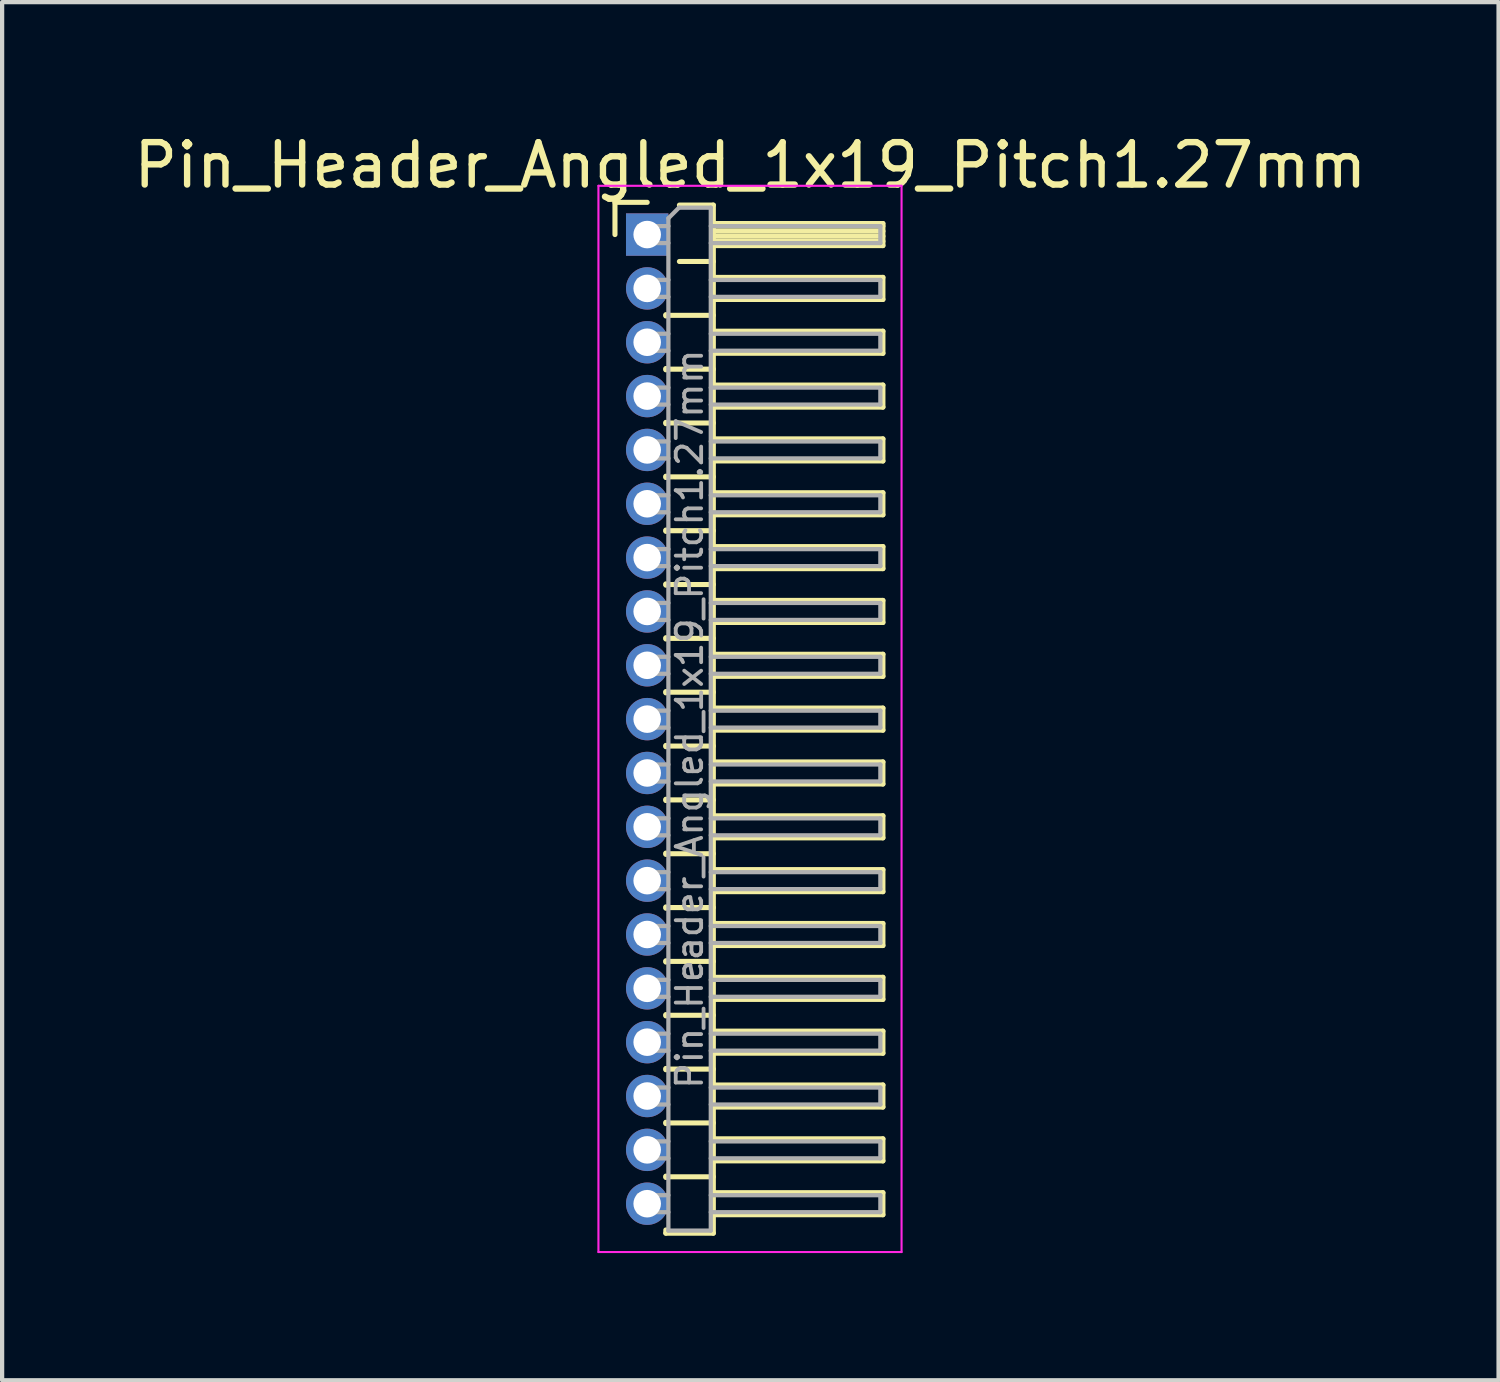
<source format=kicad_pcb>
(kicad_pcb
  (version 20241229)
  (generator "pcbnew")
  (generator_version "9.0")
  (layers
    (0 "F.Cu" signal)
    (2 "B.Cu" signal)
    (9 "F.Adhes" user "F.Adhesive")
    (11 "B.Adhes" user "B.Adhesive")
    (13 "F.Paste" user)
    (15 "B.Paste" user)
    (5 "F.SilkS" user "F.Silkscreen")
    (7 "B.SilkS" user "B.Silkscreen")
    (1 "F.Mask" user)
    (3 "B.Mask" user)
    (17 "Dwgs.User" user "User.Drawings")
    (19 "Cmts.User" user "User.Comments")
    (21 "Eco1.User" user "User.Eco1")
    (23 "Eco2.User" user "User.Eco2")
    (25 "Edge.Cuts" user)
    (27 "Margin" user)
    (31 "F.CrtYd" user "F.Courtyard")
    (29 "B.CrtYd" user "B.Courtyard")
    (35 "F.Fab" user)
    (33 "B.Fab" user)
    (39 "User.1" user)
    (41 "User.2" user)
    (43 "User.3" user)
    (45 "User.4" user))
  (footprint "Pin_Header_Angled_1x19_Pitch1.27mm"
    (layer "F.Cu")
    (at 12.216 2.483)
    (property "Reference" "Pin_Header_Angled_1x19_Pitch1.27mm" (at 2.433 -1.635 0) (layer "F.SilkS") (effects (font (size 1 1) (thickness 0.15))))
    (attr through_hole)
    (fp_line (start -0.76 -0.76) (end 0 -0.76) (stroke (width 0.12) (type solid)) (layer "F.SilkS"))
    (fp_line (start -0.76 0) (end -0.76 -0.76) (stroke (width 0.12) (type solid)) (layer "F.SilkS"))
    (fp_line (start 0.44 1.89) (end 0.44 1.92) (stroke (width 0.12) (type solid)) (layer "F.SilkS"))
    (fp_line (start 0.44 1.905) (end 1.56 1.905) (stroke (width 0.12) (type solid)) (layer "F.SilkS"))
    (fp_line (start 0.44 3.16) (end 0.44 3.19) (stroke (width 0.12) (type solid)) (layer "F.SilkS"))
    (fp_line (start 0.44 3.175) (end 1.56 3.175) (stroke (width 0.12) (type solid)) (layer "F.SilkS"))
    (fp_line (start 0.44 4.43) (end 0.44 4.46) (stroke (width 0.12) (type solid)) (layer "F.SilkS"))
    (fp_line (start 0.44 4.445) (end 1.56 4.445) (stroke (width 0.12) (type solid)) (layer "F.SilkS"))
    (fp_line (start 0.44 5.7) (end 0.44 5.73) (stroke (width 0.12) (type solid)) (layer "F.SilkS"))
    (fp_line (start 0.44 5.715) (end 1.56 5.715) (stroke (width 0.12) (type solid)) (layer "F.SilkS"))
    (fp_line (start 0.44 6.97) (end 0.44 7) (stroke (width 0.12) (type solid)) (layer "F.SilkS"))
    (fp_line (start 0.44 6.985) (end 1.56 6.985) (stroke (width 0.12) (type solid)) (layer "F.SilkS"))
    (fp_line (start 0.44 8.24) (end 0.44 8.27) (stroke (width 0.12) (type solid)) (layer "F.SilkS"))
    (fp_line (start 0.44 8.255) (end 1.56 8.255) (stroke (width 0.12) (type solid)) (layer "F.SilkS"))
    (fp_line (start 0.44 9.51) (end 0.44 9.54) (stroke (width 0.12) (type solid)) (layer "F.SilkS"))
    (fp_line (start 0.44 9.525) (end 1.56 9.525) (stroke (width 0.12) (type solid)) (layer "F.SilkS"))
    (fp_line (start 0.44 10.78) (end 0.44 10.81) (stroke (width 0.12) (type solid)) (layer "F.SilkS"))
    (fp_line (start 0.44 10.795) (end 1.56 10.795) (stroke (width 0.12) (type solid)) (layer "F.SilkS"))
    (fp_line (start 0.44 12.05) (end 0.44 12.08) (stroke (width 0.12) (type solid)) (layer "F.SilkS"))
    (fp_line (start 0.44 12.065) (end 1.56 12.065) (stroke (width 0.12) (type solid)) (layer "F.SilkS"))
    (fp_line (start 0.44 13.32) (end 0.44 13.35) (stroke (width 0.12) (type solid)) (layer "F.SilkS"))
    (fp_line (start 0.44 13.335) (end 1.56 13.335) (stroke (width 0.12) (type solid)) (layer "F.SilkS"))
    (fp_line (start 0.44 14.59) (end 0.44 14.62) (stroke (width 0.12) (type solid)) (layer "F.SilkS"))
    (fp_line (start 0.44 14.605) (end 1.56 14.605) (stroke (width 0.12) (type solid)) (layer "F.SilkS"))
    (fp_line (start 0.44 15.86) (end 0.44 15.89) (stroke (width 0.12) (type solid)) (layer "F.SilkS"))
    (fp_line (start 0.44 15.875) (end 1.56 15.875) (stroke (width 0.12) (type solid)) (layer "F.SilkS"))
    (fp_line (start 0.44 17.13) (end 0.44 17.16) (stroke (width 0.12) (type solid)) (layer "F.SilkS"))
    (fp_line (start 0.44 17.145) (end 1.56 17.145) (stroke (width 0.12) (type solid)) (layer "F.SilkS"))
    (fp_line (start 0.44 18.4) (end 0.44 18.43) (stroke (width 0.12) (type solid)) (layer "F.SilkS"))
    (fp_line (start 0.44 18.415) (end 1.56 18.415) (stroke (width 0.12) (type solid)) (layer "F.SilkS"))
    (fp_line (start 0.44 19.67) (end 0.44 19.7) (stroke (width 0.12) (type solid)) (layer "F.SilkS"))
    (fp_line (start 0.44 19.685) (end 1.56 19.685) (stroke (width 0.12) (type solid)) (layer "F.SilkS"))
    (fp_line (start 0.44 20.94) (end 0.44 20.97) (stroke (width 0.12) (type solid)) (layer "F.SilkS"))
    (fp_line (start 0.44 20.955) (end 1.56 20.955) (stroke (width 0.12) (type solid)) (layer "F.SilkS"))
    (fp_line (start 0.44 22.21) (end 0.44 22.24) (stroke (width 0.12) (type solid)) (layer "F.SilkS"))
    (fp_line (start 0.44 22.225) (end 1.56 22.225) (stroke (width 0.12) (type solid)) (layer "F.SilkS"))
    (fp_line (start 0.44 23.555) (end 0.44 23.48) (stroke (width 0.12) (type solid)) (layer "F.SilkS"))
    (fp_line (start 0.76 -0.695) (end 1.56 -0.695) (stroke (width 0.12) (type solid)) (layer "F.SilkS"))
    (fp_line (start 0.76 0.635) (end 1.56 0.635) (stroke (width 0.12) (type solid)) (layer "F.SilkS"))
    (fp_line (start 1.56 -0.695) (end 1.56 23.555) (stroke (width 0.12) (type solid)) (layer "F.SilkS"))
    (fp_line (start 1.56 -0.26) (end 5.56 -0.26) (stroke (width 0.12) (type solid)) (layer "F.SilkS"))
    (fp_line (start 1.56 -0.2) (end 5.56 -0.2) (stroke (width 0.12) (type solid)) (layer "F.SilkS"))
    (fp_line (start 1.56 -0.08) (end 5.56 -0.08) (stroke (width 0.12) (type solid)) (layer "F.SilkS"))
    (fp_line (start 1.56 0.04) (end 5.56 0.04) (stroke (width 0.12) (type solid)) (layer "F.SilkS"))
    (fp_line (start 1.56 0.16) (end 5.56 0.16) (stroke (width 0.12) (type solid)) (layer "F.SilkS"))
    (fp_line (start 1.56 1.01) (end 5.56 1.01) (stroke (width 0.12) (type solid)) (layer "F.SilkS"))
    (fp_line (start 1.56 2.28) (end 5.56 2.28) (stroke (width 0.12) (type solid)) (layer "F.SilkS"))
    (fp_line (start 1.56 3.55) (end 5.56 3.55) (stroke (width 0.12) (type solid)) (layer "F.SilkS"))
    (fp_line (start 1.56 4.82) (end 5.56 4.82) (stroke (width 0.12) (type solid)) (layer "F.SilkS"))
    (fp_line (start 1.56 6.09) (end 5.56 6.09) (stroke (width 0.12) (type solid)) (layer "F.SilkS"))
    (fp_line (start 1.56 7.36) (end 5.56 7.36) (stroke (width 0.12) (type solid)) (layer "F.SilkS"))
    (fp_line (start 1.56 8.63) (end 5.56 8.63) (stroke (width 0.12) (type solid)) (layer "F.SilkS"))
    (fp_line (start 1.56 9.9) (end 5.56 9.9) (stroke (width 0.12) (type solid)) (layer "F.SilkS"))
    (fp_line (start 1.56 11.17) (end 5.56 11.17) (stroke (width 0.12) (type solid)) (layer "F.SilkS"))
    (fp_line (start 1.56 12.44) (end 5.56 12.44) (stroke (width 0.12) (type solid)) (layer "F.SilkS"))
    (fp_line (start 1.56 13.71) (end 5.56 13.71) (stroke (width 0.12) (type solid)) (layer "F.SilkS"))
    (fp_line (start 1.56 14.98) (end 5.56 14.98) (stroke (width 0.12) (type solid)) (layer "F.SilkS"))
    (fp_line (start 1.56 16.25) (end 5.56 16.25) (stroke (width 0.12) (type solid)) (layer "F.SilkS"))
    (fp_line (start 1.56 17.52) (end 5.56 17.52) (stroke (width 0.12) (type solid)) (layer "F.SilkS"))
    (fp_line (start 1.56 18.79) (end 5.56 18.79) (stroke (width 0.12) (type solid)) (layer "F.SilkS"))
    (fp_line (start 1.56 20.06) (end 5.56 20.06) (stroke (width 0.12) (type solid)) (layer "F.SilkS"))
    (fp_line (start 1.56 21.33) (end 5.56 21.33) (stroke (width 0.12) (type solid)) (layer "F.SilkS"))
    (fp_line (start 1.56 22.6) (end 5.56 22.6) (stroke (width 0.12) (type solid)) (layer "F.SilkS"))
    (fp_line (start 1.56 23.555) (end 0.44 23.555) (stroke (width 0.12) (type solid)) (layer "F.SilkS"))
    (fp_line (start 5.56 -0.26) (end 5.56 0.26) (stroke (width 0.12) (type solid)) (layer "F.SilkS"))
    (fp_line (start 5.56 0.26) (end 1.56 0.26) (stroke (width 0.12) (type solid)) (layer "F.SilkS"))
    (fp_line (start 5.56 1.01) (end 5.56 1.53) (stroke (width 0.12) (type solid)) (layer "F.SilkS"))
    (fp_line (start 5.56 1.53) (end 1.56 1.53) (stroke (width 0.12) (type solid)) (layer "F.SilkS"))
    (fp_line (start 5.56 2.28) (end 5.56 2.8) (stroke (width 0.12) (type solid)) (layer "F.SilkS"))
    (fp_line (start 5.56 2.8) (end 1.56 2.8) (stroke (width 0.12) (type solid)) (layer "F.SilkS"))
    (fp_line (start 5.56 3.55) (end 5.56 4.07) (stroke (width 0.12) (type solid)) (layer "F.SilkS"))
    (fp_line (start 5.56 4.07) (end 1.56 4.07) (stroke (width 0.12) (type solid)) (layer "F.SilkS"))
    (fp_line (start 5.56 4.82) (end 5.56 5.34) (stroke (width 0.12) (type solid)) (layer "F.SilkS"))
    (fp_line (start 5.56 5.34) (end 1.56 5.34) (stroke (width 0.12) (type solid)) (layer "F.SilkS"))
    (fp_line (start 5.56 6.09) (end 5.56 6.61) (stroke (width 0.12) (type solid)) (layer "F.SilkS"))
    (fp_line (start 5.56 6.61) (end 1.56 6.61) (stroke (width 0.12) (type solid)) (layer "F.SilkS"))
    (fp_line (start 5.56 7.36) (end 5.56 7.88) (stroke (width 0.12) (type solid)) (layer "F.SilkS"))
    (fp_line (start 5.56 7.88) (end 1.56 7.88) (stroke (width 0.12) (type solid)) (layer "F.SilkS"))
    (fp_line (start 5.56 8.63) (end 5.56 9.15) (stroke (width 0.12) (type solid)) (layer "F.SilkS"))
    (fp_line (start 5.56 9.15) (end 1.56 9.15) (stroke (width 0.12) (type solid)) (layer "F.SilkS"))
    (fp_line (start 5.56 9.9) (end 5.56 10.42) (stroke (width 0.12) (type solid)) (layer "F.SilkS"))
    (fp_line (start 5.56 10.42) (end 1.56 10.42) (stroke (width 0.12) (type solid)) (layer "F.SilkS"))
    (fp_line (start 5.56 11.17) (end 5.56 11.69) (stroke (width 0.12) (type solid)) (layer "F.SilkS"))
    (fp_line (start 5.56 11.69) (end 1.56 11.69) (stroke (width 0.12) (type solid)) (layer "F.SilkS"))
    (fp_line (start 5.56 12.44) (end 5.56 12.96) (stroke (width 0.12) (type solid)) (layer "F.SilkS"))
    (fp_line (start 5.56 12.96) (end 1.56 12.96) (stroke (width 0.12) (type solid)) (layer "F.SilkS"))
    (fp_line (start 5.56 13.71) (end 5.56 14.23) (stroke (width 0.12) (type solid)) (layer "F.SilkS"))
    (fp_line (start 5.56 14.23) (end 1.56 14.23) (stroke (width 0.12) (type solid)) (layer "F.SilkS"))
    (fp_line (start 5.56 14.98) (end 5.56 15.5) (stroke (width 0.12) (type solid)) (layer "F.SilkS"))
    (fp_line (start 5.56 15.5) (end 1.56 15.5) (stroke (width 0.12) (type solid)) (layer "F.SilkS"))
    (fp_line (start 5.56 16.25) (end 5.56 16.77) (stroke (width 0.12) (type solid)) (layer "F.SilkS"))
    (fp_line (start 5.56 16.77) (end 1.56 16.77) (stroke (width 0.12) (type solid)) (layer "F.SilkS"))
    (fp_line (start 5.56 17.52) (end 5.56 18.04) (stroke (width 0.12) (type solid)) (layer "F.SilkS"))
    (fp_line (start 5.56 18.04) (end 1.56 18.04) (stroke (width 0.12) (type solid)) (layer "F.SilkS"))
    (fp_line (start 5.56 18.79) (end 5.56 19.31) (stroke (width 0.12) (type solid)) (layer "F.SilkS"))
    (fp_line (start 5.56 19.31) (end 1.56 19.31) (stroke (width 0.12) (type solid)) (layer "F.SilkS"))
    (fp_line (start 5.56 20.06) (end 5.56 20.58) (stroke (width 0.12) (type solid)) (layer "F.SilkS"))
    (fp_line (start 5.56 20.58) (end 1.56 20.58) (stroke (width 0.12) (type solid)) (layer "F.SilkS"))
    (fp_line (start 5.56 21.33) (end 5.56 21.85) (stroke (width 0.12) (type solid)) (layer "F.SilkS"))
    (fp_line (start 5.56 21.85) (end 1.56 21.85) (stroke (width 0.12) (type solid)) (layer "F.SilkS"))
    (fp_line (start 5.56 22.6) (end 5.56 23.12) (stroke (width 0.12) (type solid)) (layer "F.SilkS"))
    (fp_line (start 5.56 23.12) (end 1.56 23.12) (stroke (width 0.12) (type solid)) (layer "F.SilkS"))
    (fp_line (start -1.15 -1.15) (end -1.15 24) (stroke (width 0.05) (type solid)) (layer "F.CrtYd"))
    (fp_line (start -1.15 24) (end 6 24) (stroke (width 0.05) (type solid)) (layer "F.CrtYd"))
    (fp_line (start 6 -1.15) (end -1.15 -1.15) (stroke (width 0.05) (type solid)) (layer "F.CrtYd"))
    (fp_line (start 6 24) (end 6 -1.15) (stroke (width 0.05) (type solid)) (layer "F.CrtYd"))
    (fp_line (start -0.2 -0.2) (end -0.2 0.2) (stroke (width 0.1) (type solid)) (layer "F.Fab"))
    (fp_line (start -0.2 -0.2) (end 0.5 -0.2) (stroke (width 0.1) (type solid)) (layer "F.Fab"))
    (fp_line (start -0.2 0.2) (end 0.5 0.2) (stroke (width 0.1) (type solid)) (layer "F.Fab"))
    (fp_line (start -0.2 1.07) (end -0.2 1.47) (stroke (width 0.1) (type solid)) (layer "F.Fab"))
    (fp_line (start -0.2 1.07) (end 0.5 1.07) (stroke (width 0.1) (type solid)) (layer "F.Fab"))
    (fp_line (start -0.2 1.47) (end 0.5 1.47) (stroke (width 0.1) (type solid)) (layer "F.Fab"))
    (fp_line (start -0.2 2.34) (end -0.2 2.74) (stroke (width 0.1) (type solid)) (layer "F.Fab"))
    (fp_line (start -0.2 2.34) (end 0.5 2.34) (stroke (width 0.1) (type solid)) (layer "F.Fab"))
    (fp_line (start -0.2 2.74) (end 0.5 2.74) (stroke (width 0.1) (type solid)) (layer "F.Fab"))
    (fp_line (start -0.2 3.61) (end -0.2 4.01) (stroke (width 0.1) (type solid)) (layer "F.Fab"))
    (fp_line (start -0.2 3.61) (end 0.5 3.61) (stroke (width 0.1) (type solid)) (layer "F.Fab"))
    (fp_line (start -0.2 4.01) (end 0.5 4.01) (stroke (width 0.1) (type solid)) (layer "F.Fab"))
    (fp_line (start -0.2 4.88) (end -0.2 5.28) (stroke (width 0.1) (type solid)) (layer "F.Fab"))
    (fp_line (start -0.2 4.88) (end 0.5 4.88) (stroke (width 0.1) (type solid)) (layer "F.Fab"))
    (fp_line (start -0.2 5.28) (end 0.5 5.28) (stroke (width 0.1) (type solid)) (layer "F.Fab"))
    (fp_line (start -0.2 6.15) (end -0.2 6.55) (stroke (width 0.1) (type solid)) (layer "F.Fab"))
    (fp_line (start -0.2 6.15) (end 0.5 6.15) (stroke (width 0.1) (type solid)) (layer "F.Fab"))
    (fp_line (start -0.2 6.55) (end 0.5 6.55) (stroke (width 0.1) (type solid)) (layer "F.Fab"))
    (fp_line (start -0.2 7.42) (end -0.2 7.82) (stroke (width 0.1) (type solid)) (layer "F.Fab"))
    (fp_line (start -0.2 7.42) (end 0.5 7.42) (stroke (width 0.1) (type solid)) (layer "F.Fab"))
    (fp_line (start -0.2 7.82) (end 0.5 7.82) (stroke (width 0.1) (type solid)) (layer "F.Fab"))
    (fp_line (start -0.2 8.69) (end -0.2 9.09) (stroke (width 0.1) (type solid)) (layer "F.Fab"))
    (fp_line (start -0.2 8.69) (end 0.5 8.69) (stroke (width 0.1) (type solid)) (layer "F.Fab"))
    (fp_line (start -0.2 9.09) (end 0.5 9.09) (stroke (width 0.1) (type solid)) (layer "F.Fab"))
    (fp_line (start -0.2 9.96) (end -0.2 10.36) (stroke (width 0.1) (type solid)) (layer "F.Fab"))
    (fp_line (start -0.2 9.96) (end 0.5 9.96) (stroke (width 0.1) (type solid)) (layer "F.Fab"))
    (fp_line (start -0.2 10.36) (end 0.5 10.36) (stroke (width 0.1) (type solid)) (layer "F.Fab"))
    (fp_line (start -0.2 11.23) (end -0.2 11.63) (stroke (width 0.1) (type solid)) (layer "F.Fab"))
    (fp_line (start -0.2 11.23) (end 0.5 11.23) (stroke (width 0.1) (type solid)) (layer "F.Fab"))
    (fp_line (start -0.2 11.63) (end 0.5 11.63) (stroke (width 0.1) (type solid)) (layer "F.Fab"))
    (fp_line (start -0.2 12.5) (end -0.2 12.9) (stroke (width 0.1) (type solid)) (layer "F.Fab"))
    (fp_line (start -0.2 12.5) (end 0.5 12.5) (stroke (width 0.1) (type solid)) (layer "F.Fab"))
    (fp_line (start -0.2 12.9) (end 0.5 12.9) (stroke (width 0.1) (type solid)) (layer "F.Fab"))
    (fp_line (start -0.2 13.77) (end -0.2 14.17) (stroke (width 0.1) (type solid)) (layer "F.Fab"))
    (fp_line (start -0.2 13.77) (end 0.5 13.77) (stroke (width 0.1) (type solid)) (layer "F.Fab"))
    (fp_line (start -0.2 14.17) (end 0.5 14.17) (stroke (width 0.1) (type solid)) (layer "F.Fab"))
    (fp_line (start -0.2 15.04) (end -0.2 15.44) (stroke (width 0.1) (type solid)) (layer "F.Fab"))
    (fp_line (start -0.2 15.04) (end 0.5 15.04) (stroke (width 0.1) (type solid)) (layer "F.Fab"))
    (fp_line (start -0.2 15.44) (end 0.5 15.44) (stroke (width 0.1) (type solid)) (layer "F.Fab"))
    (fp_line (start -0.2 16.31) (end -0.2 16.71) (stroke (width 0.1) (type solid)) (layer "F.Fab"))
    (fp_line (start -0.2 16.31) (end 0.5 16.31) (stroke (width 0.1) (type solid)) (layer "F.Fab"))
    (fp_line (start -0.2 16.71) (end 0.5 16.71) (stroke (width 0.1) (type solid)) (layer "F.Fab"))
    (fp_line (start -0.2 17.58) (end -0.2 17.98) (stroke (width 0.1) (type solid)) (layer "F.Fab"))
    (fp_line (start -0.2 17.58) (end 0.5 17.58) (stroke (width 0.1) (type solid)) (layer "F.Fab"))
    (fp_line (start -0.2 17.98) (end 0.5 17.98) (stroke (width 0.1) (type solid)) (layer "F.Fab"))
    (fp_line (start -0.2 18.85) (end -0.2 19.25) (stroke (width 0.1) (type solid)) (layer "F.Fab"))
    (fp_line (start -0.2 18.85) (end 0.5 18.85) (stroke (width 0.1) (type solid)) (layer "F.Fab"))
    (fp_line (start -0.2 19.25) (end 0.5 19.25) (stroke (width 0.1) (type solid)) (layer "F.Fab"))
    (fp_line (start -0.2 20.12) (end -0.2 20.52) (stroke (width 0.1) (type solid)) (layer "F.Fab"))
    (fp_line (start -0.2 20.12) (end 0.5 20.12) (stroke (width 0.1) (type solid)) (layer "F.Fab"))
    (fp_line (start -0.2 20.52) (end 0.5 20.52) (stroke (width 0.1) (type solid)) (layer "F.Fab"))
    (fp_line (start -0.2 21.39) (end -0.2 21.79) (stroke (width 0.1) (type solid)) (layer "F.Fab"))
    (fp_line (start -0.2 21.39) (end 0.5 21.39) (stroke (width 0.1) (type solid)) (layer "F.Fab"))
    (fp_line (start -0.2 21.79) (end 0.5 21.79) (stroke (width 0.1) (type solid)) (layer "F.Fab"))
    (fp_line (start -0.2 22.66) (end -0.2 23.06) (stroke (width 0.1) (type solid)) (layer "F.Fab"))
    (fp_line (start -0.2 22.66) (end 0.5 22.66) (stroke (width 0.1) (type solid)) (layer "F.Fab"))
    (fp_line (start -0.2 23.06) (end 0.5 23.06) (stroke (width 0.1) (type solid)) (layer "F.Fab"))
    (fp_line (start 0.5 -0.385) (end 0.75 -0.635) (stroke (width 0.1) (type solid)) (layer "F.Fab"))
    (fp_line (start 0.5 23.495) (end 0.5 -0.385) (stroke (width 0.1) (type solid)) (layer "F.Fab"))
    (fp_line (start 0.75 -0.635) (end 1.5 -0.635) (stroke (width 0.1) (type solid)) (layer "F.Fab"))
    (fp_line (start 1.5 -0.635) (end 1.5 23.495) (stroke (width 0.1) (type solid)) (layer "F.Fab"))
    (fp_line (start 1.5 -0.2) (end 5.5 -0.2) (stroke (width 0.1) (type solid)) (layer "F.Fab"))
    (fp_line (start 1.5 0.2) (end 5.5 0.2) (stroke (width 0.1) (type solid)) (layer "F.Fab"))
    (fp_line (start 1.5 1.07) (end 5.5 1.07) (stroke (width 0.1) (type solid)) (layer "F.Fab"))
    (fp_line (start 1.5 1.47) (end 5.5 1.47) (stroke (width 0.1) (type solid)) (layer "F.Fab"))
    (fp_line (start 1.5 2.34) (end 5.5 2.34) (stroke (width 0.1) (type solid)) (layer "F.Fab"))
    (fp_line (start 1.5 2.74) (end 5.5 2.74) (stroke (width 0.1) (type solid)) (layer "F.Fab"))
    (fp_line (start 1.5 3.61) (end 5.5 3.61) (stroke (width 0.1) (type solid)) (layer "F.Fab"))
    (fp_line (start 1.5 4.01) (end 5.5 4.01) (stroke (width 0.1) (type solid)) (layer "F.Fab"))
    (fp_line (start 1.5 4.88) (end 5.5 4.88) (stroke (width 0.1) (type solid)) (layer "F.Fab"))
    (fp_line (start 1.5 5.28) (end 5.5 5.28) (stroke (width 0.1) (type solid)) (layer "F.Fab"))
    (fp_line (start 1.5 6.15) (end 5.5 6.15) (stroke (width 0.1) (type solid)) (layer "F.Fab"))
    (fp_line (start 1.5 6.55) (end 5.5 6.55) (stroke (width 0.1) (type solid)) (layer "F.Fab"))
    (fp_line (start 1.5 7.42) (end 5.5 7.42) (stroke (width 0.1) (type solid)) (layer "F.Fab"))
    (fp_line (start 1.5 7.82) (end 5.5 7.82) (stroke (width 0.1) (type solid)) (layer "F.Fab"))
    (fp_line (start 1.5 8.69) (end 5.5 8.69) (stroke (width 0.1) (type solid)) (layer "F.Fab"))
    (fp_line (start 1.5 9.09) (end 5.5 9.09) (stroke (width 0.1) (type solid)) (layer "F.Fab"))
    (fp_line (start 1.5 9.96) (end 5.5 9.96) (stroke (width 0.1) (type solid)) (layer "F.Fab"))
    (fp_line (start 1.5 10.36) (end 5.5 10.36) (stroke (width 0.1) (type solid)) (layer "F.Fab"))
    (fp_line (start 1.5 11.23) (end 5.5 11.23) (stroke (width 0.1) (type solid)) (layer "F.Fab"))
    (fp_line (start 1.5 11.63) (end 5.5 11.63) (stroke (width 0.1) (type solid)) (layer "F.Fab"))
    (fp_line (start 1.5 12.5) (end 5.5 12.5) (stroke (width 0.1) (type solid)) (layer "F.Fab"))
    (fp_line (start 1.5 12.9) (end 5.5 12.9) (stroke (width 0.1) (type solid)) (layer "F.Fab"))
    (fp_line (start 1.5 13.77) (end 5.5 13.77) (stroke (width 0.1) (type solid)) (layer "F.Fab"))
    (fp_line (start 1.5 14.17) (end 5.5 14.17) (stroke (width 0.1) (type solid)) (layer "F.Fab"))
    (fp_line (start 1.5 15.04) (end 5.5 15.04) (stroke (width 0.1) (type solid)) (layer "F.Fab"))
    (fp_line (start 1.5 15.44) (end 5.5 15.44) (stroke (width 0.1) (type solid)) (layer "F.Fab"))
    (fp_line (start 1.5 16.31) (end 5.5 16.31) (stroke (width 0.1) (type solid)) (layer "F.Fab"))
    (fp_line (start 1.5 16.71) (end 5.5 16.71) (stroke (width 0.1) (type solid)) (layer "F.Fab"))
    (fp_line (start 1.5 17.58) (end 5.5 17.58) (stroke (width 0.1) (type solid)) (layer "F.Fab"))
    (fp_line (start 1.5 17.98) (end 5.5 17.98) (stroke (width 0.1) (type solid)) (layer "F.Fab"))
    (fp_line (start 1.5 18.85) (end 5.5 18.85) (stroke (width 0.1) (type solid)) (layer "F.Fab"))
    (fp_line (start 1.5 19.25) (end 5.5 19.25) (stroke (width 0.1) (type solid)) (layer "F.Fab"))
    (fp_line (start 1.5 20.12) (end 5.5 20.12) (stroke (width 0.1) (type solid)) (layer "F.Fab"))
    (fp_line (start 1.5 20.52) (end 5.5 20.52) (stroke (width 0.1) (type solid)) (layer "F.Fab"))
    (fp_line (start 1.5 21.39) (end 5.5 21.39) (stroke (width 0.1) (type solid)) (layer "F.Fab"))
    (fp_line (start 1.5 21.79) (end 5.5 21.79) (stroke (width 0.1) (type solid)) (layer "F.Fab"))
    (fp_line (start 1.5 22.66) (end 5.5 22.66) (stroke (width 0.1) (type solid)) (layer "F.Fab"))
    (fp_line (start 1.5 23.06) (end 5.5 23.06) (stroke (width 0.1) (type solid)) (layer "F.Fab"))
    (fp_line (start 1.5 23.495) (end 0.5 23.495) (stroke (width 0.1) (type solid)) (layer "F.Fab"))
    (fp_line (start 5.5 -0.2) (end 5.5 0.2) (stroke (width 0.1) (type solid)) (layer "F.Fab"))
    (fp_line (start 5.5 1.07) (end 5.5 1.47) (stroke (width 0.1) (type solid)) (layer "F.Fab"))
    (fp_line (start 5.5 2.34) (end 5.5 2.74) (stroke (width 0.1) (type solid)) (layer "F.Fab"))
    (fp_line (start 5.5 3.61) (end 5.5 4.01) (stroke (width 0.1) (type solid)) (layer "F.Fab"))
    (fp_line (start 5.5 4.88) (end 5.5 5.28) (stroke (width 0.1) (type solid)) (layer "F.Fab"))
    (fp_line (start 5.5 6.15) (end 5.5 6.55) (stroke (width 0.1) (type solid)) (layer "F.Fab"))
    (fp_line (start 5.5 7.42) (end 5.5 7.82) (stroke (width 0.1) (type solid)) (layer "F.Fab"))
    (fp_line (start 5.5 8.69) (end 5.5 9.09) (stroke (width 0.1) (type solid)) (layer "F.Fab"))
    (fp_line (start 5.5 9.96) (end 5.5 10.36) (stroke (width 0.1) (type solid)) (layer "F.Fab"))
    (fp_line (start 5.5 11.23) (end 5.5 11.63) (stroke (width 0.1) (type solid)) (layer "F.Fab"))
    (fp_line (start 5.5 12.5) (end 5.5 12.9) (stroke (width 0.1) (type solid)) (layer "F.Fab"))
    (fp_line (start 5.5 13.77) (end 5.5 14.17) (stroke (width 0.1) (type solid)) (layer "F.Fab"))
    (fp_line (start 5.5 15.04) (end 5.5 15.44) (stroke (width 0.1) (type solid)) (layer "F.Fab"))
    (fp_line (start 5.5 16.31) (end 5.5 16.71) (stroke (width 0.1) (type solid)) (layer "F.Fab"))
    (fp_line (start 5.5 17.58) (end 5.5 17.98) (stroke (width 0.1) (type solid)) (layer "F.Fab"))
    (fp_line (start 5.5 18.85) (end 5.5 19.25) (stroke (width 0.1) (type solid)) (layer "F.Fab"))
    (fp_line (start 5.5 20.12) (end 5.5 20.52) (stroke (width 0.1) (type solid)) (layer "F.Fab"))
    (fp_line (start 5.5 21.39) (end 5.5 21.79) (stroke (width 0.1) (type solid)) (layer "F.Fab"))
    (fp_line (start 5.5 22.66) (end 5.5 23.06) (stroke (width 0.1) (type solid)) (layer "F.Fab"))
    (fp_text user "${REFERENCE}" (at 1 11.43 90) (layer "F.Fab") (effects (font (size 0.6 0.6) (thickness 0.09))))
    (pad "1" thru_hole rect (at 0 0) (size 1 1) (drill 0.65) (layers "*.Cu" "*.Mask"))
    (pad "2" thru_hole oval (at 0 1.27) (size 1 1) (drill 0.65) (layers "*.Cu" "*.Mask"))
    (pad "3" thru_hole oval (at 0 2.54) (size 1 1) (drill 0.65) (layers "*.Cu" "*.Mask"))
    (pad "4" thru_hole oval (at 0 3.81) (size 1 1) (drill 0.65) (layers "*.Cu" "*.Mask"))
    (pad "5" thru_hole oval (at 0 5.08) (size 1 1) (drill 0.65) (layers "*.Cu" "*.Mask"))
    (pad "6" thru_hole oval (at 0 6.35) (size 1 1) (drill 0.65) (layers "*.Cu" "*.Mask"))
    (pad "7" thru_hole oval (at 0 7.62) (size 1 1) (drill 0.65) (layers "*.Cu" "*.Mask"))
    (pad "8" thru_hole oval (at 0 8.89) (size 1 1) (drill 0.65) (layers "*.Cu" "*.Mask"))
    (pad "9" thru_hole oval (at 0 10.16) (size 1 1) (drill 0.65) (layers "*.Cu" "*.Mask"))
    (pad "10" thru_hole oval (at 0 11.43) (size 1 1) (drill 0.65) (layers "*.Cu" "*.Mask"))
    (pad "11" thru_hole oval (at 0 12.7) (size 1 1) (drill 0.65) (layers "*.Cu" "*.Mask"))
    (pad "12" thru_hole oval (at 0 13.97) (size 1 1) (drill 0.65) (layers "*.Cu" "*.Mask"))
    (pad "13" thru_hole oval (at 0 15.24) (size 1 1) (drill 0.65) (layers "*.Cu" "*.Mask"))
    (pad "14" thru_hole oval (at 0 16.51) (size 1 1) (drill 0.65) (layers "*.Cu" "*.Mask"))
    (pad "15" thru_hole oval (at 0 17.78) (size 1 1) (drill 0.65) (layers "*.Cu" "*.Mask"))
    (pad "16" thru_hole oval (at 0 19.05) (size 1 1) (drill 0.65) (layers "*.Cu" "*.Mask"))
    (pad "17" thru_hole oval (at 0 20.32) (size 1 1) (drill 0.65) (layers "*.Cu" "*.Mask"))
    (pad "18" thru_hole oval (at 0 21.59) (size 1 1) (drill 0.65) (layers "*.Cu" "*.Mask"))
    (pad "19" thru_hole oval (at 0 22.86) (size 1 1) (drill 0.65) (layers "*.Cu" "*.Mask")))
  (gr_rect
    (start -3 -3)
    (end 32.298 29.508)
    (stroke (width 0.1) (type default))
    (fill no)
    (layer "Edge.Cuts")))
</source>
